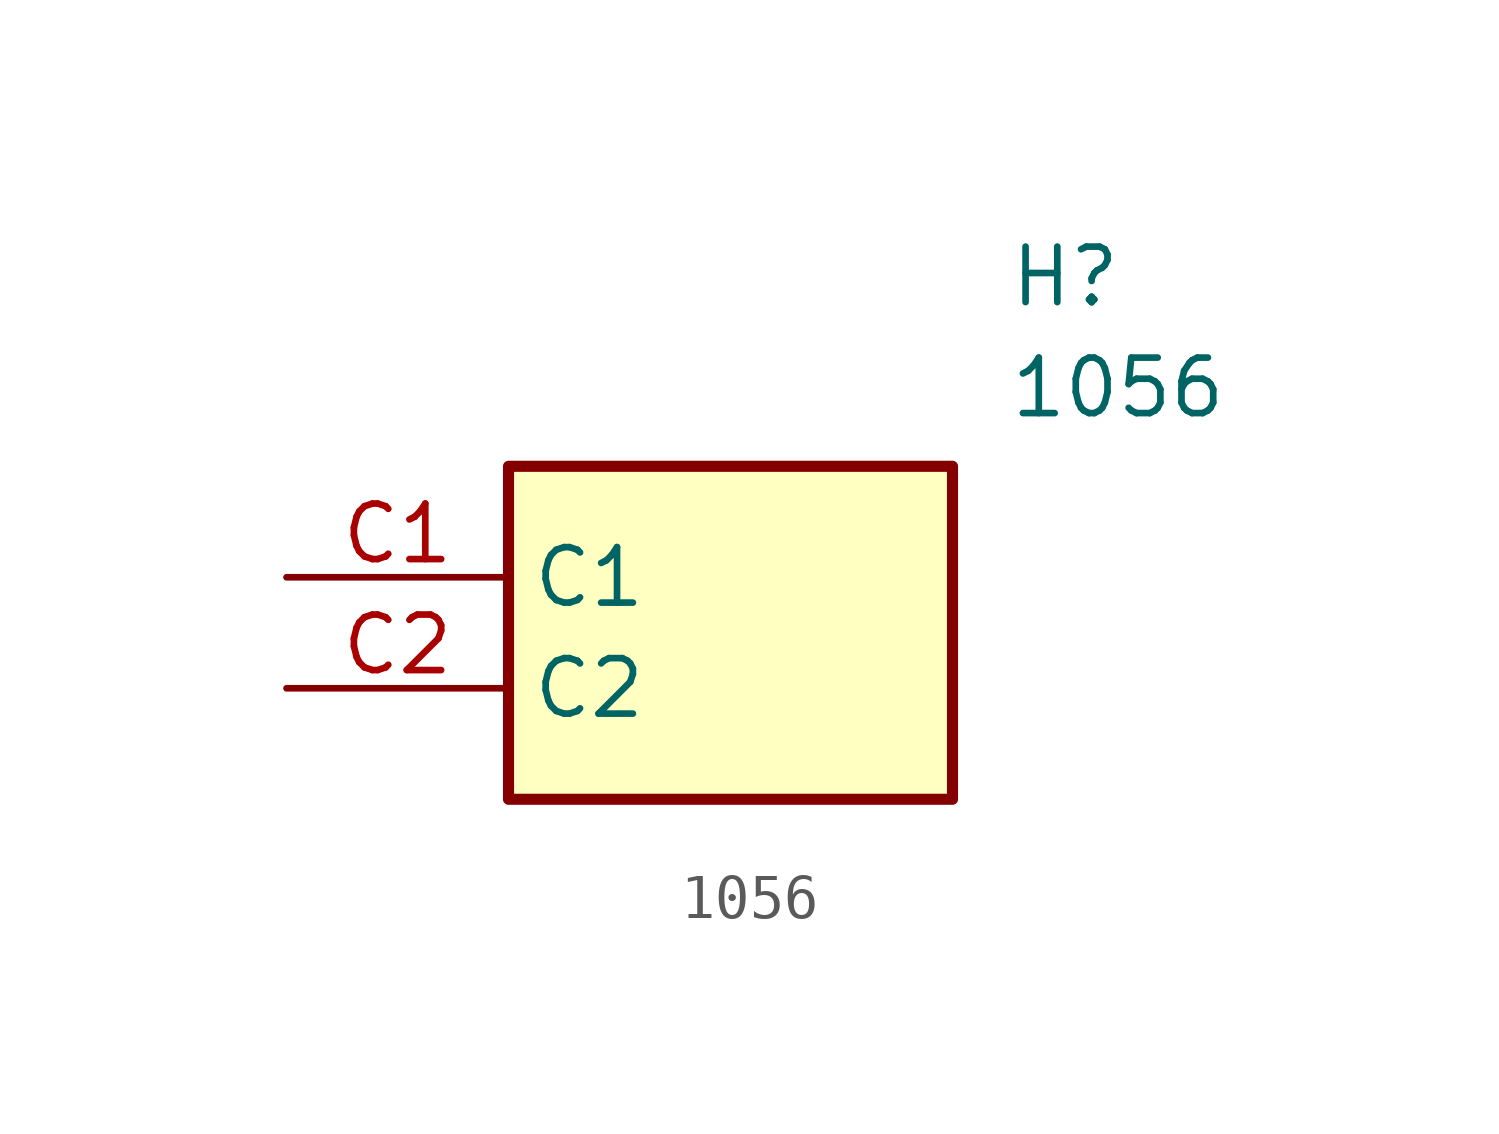
<source format=kicad_sym>
(kicad_symbol_lib
  (version 20211014)
  (generator SamacSys_ECAD_Model)
  (symbol "1056"
    (property "Reference" "H"
      (at 16.51 7.62 0)
      (effects (font (size 1.27 1.27)) (justify left top)))
    (property "Value" "1056"
      (at 16.51 5.08 0)
      (effects (font (size 1.27 1.27)) (justify left top)))
    (rectangle
      (start 5.08 2.54)
      (end 15.24 -5.08)
      (stroke (width 0.254) (type default))
      (fill (type background)))
    (pin passive line
      (at 0 0 0)
      (length 5.08)
      (name "C1" (effects (font (size 1.27 1.27))))
      (number "C1" (effects (font (size 1.27 1.27)))))
    (pin passive line
      (at 0 -2.54 0)
      (length 5.08)
      (name "C2" (effects (font (size 1.27 1.27))))
      (number "C2" (effects (font (size 1.27 1.27)))))))
</source>
